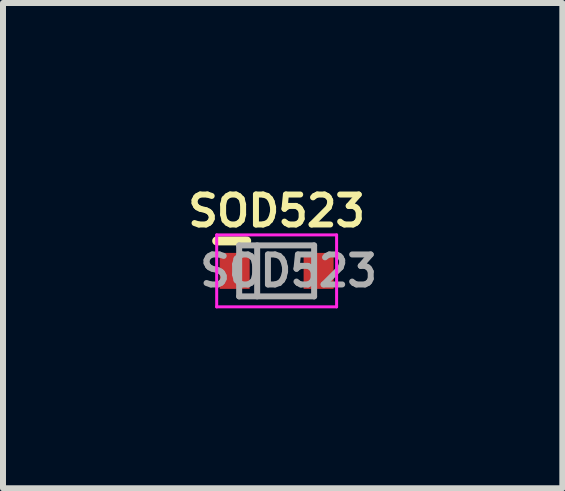
<source format=kicad_pcb>
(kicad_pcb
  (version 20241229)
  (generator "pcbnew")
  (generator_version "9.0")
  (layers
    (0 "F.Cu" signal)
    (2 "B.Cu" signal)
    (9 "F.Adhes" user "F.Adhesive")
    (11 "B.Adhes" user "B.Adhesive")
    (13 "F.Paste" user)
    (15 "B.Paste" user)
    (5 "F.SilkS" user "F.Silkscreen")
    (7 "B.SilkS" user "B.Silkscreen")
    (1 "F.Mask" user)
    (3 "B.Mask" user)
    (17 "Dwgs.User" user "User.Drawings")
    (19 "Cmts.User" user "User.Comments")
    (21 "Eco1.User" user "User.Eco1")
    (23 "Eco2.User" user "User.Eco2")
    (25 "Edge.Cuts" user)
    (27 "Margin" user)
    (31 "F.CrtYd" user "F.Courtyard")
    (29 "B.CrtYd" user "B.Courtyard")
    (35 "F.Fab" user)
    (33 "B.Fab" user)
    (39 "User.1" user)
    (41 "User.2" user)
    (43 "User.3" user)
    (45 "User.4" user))
  (footprint "SOD523"
    (layer "F.Cu")
    (at 1.564 1.468)
    (property "Reference" "SOD523" (at 0 -1 0) (layer "F.SilkS") (effects (font (size 0.5 0.5) (thickness 0.1))))
    (attr smd)
    (fp_line (start -0.5 -0.5) (end -1 -0.5) (stroke (width 0.15) (type solid)) (layer "F.SilkS"))
    (fp_line (start -1 -0.6) (end 1 -0.6) (stroke (width 0.05) (type solid)) (layer "F.CrtYd"))
    (fp_line (start -1 0.6) (end -1 -0.6) (stroke (width 0.05) (type solid)) (layer "F.CrtYd"))
    (fp_line (start 1 -0.6) (end 1 0.6) (stroke (width 0.05) (type solid)) (layer "F.CrtYd"))
    (fp_line (start 1 0.6) (end -1 0.6) (stroke (width 0.05) (type solid)) (layer "F.CrtYd"))
    (fp_line (start -0.625 -0.425) (end 0.625 -0.425) (stroke (width 0.1) (type solid)) (layer "F.Fab"))
    (fp_line (start -0.625 0.425) (end -0.625 -0.425) (stroke (width 0.1) (type solid)) (layer "F.Fab"))
    (fp_line (start -0.325 -0.425) (end -0.325 0.425) (stroke (width 0.1) (type solid)) (layer "F.Fab"))
    (fp_line (start 0.625 -0.425) (end 0.625 0.425) (stroke (width 0.1) (type solid)) (layer "F.Fab"))
    (fp_line (start 0.625 0.425) (end -0.625 0.425) (stroke (width 0.1) (type solid)) (layer "F.Fab"))
    (fp_text user "${REFERENCE}" (at 0.2 0 0) (layer "F.Fab") (effects (font (size 0.5 0.5) (thickness 0.1))))
    (pad "1" smd rect (at -0.7 0) (size 0.5 0.6) (layers "F.Cu" "F.Mask" "F.Paste"))
    (pad "2" smd rect (at 0.7 0) (size 0.5 0.6) (layers "F.Cu" "F.Mask" "F.Paste")))
  (gr_rect
    (start -3 -3)
    (end 6.329 5.093)
    (stroke (width 0.1) (type default))
    (fill no)
    (layer "Edge.Cuts")))
</source>
